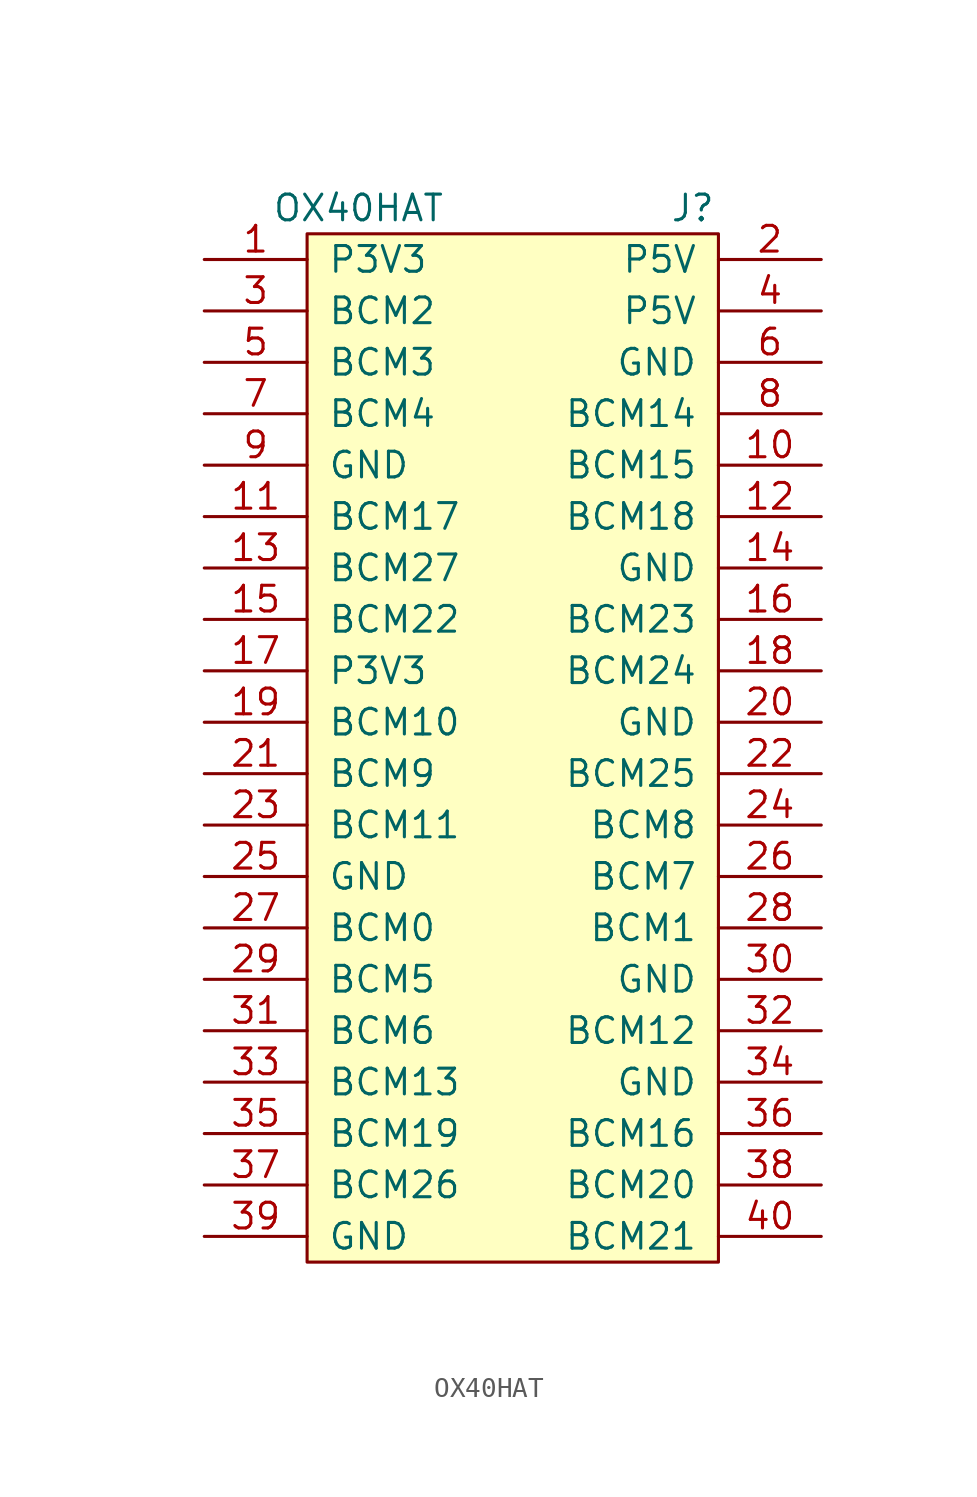
<source format=kicad_sym>
(kicad_symbol_lib
  (version 20231120)
  (generator "kicad_symbol_editor")
  (generator_version "8.0")
  (symbol "OX40HAT"
    (pin_names
      (offset 1.016))
    (property "Reference" "J"
      (at 8.89 2.54 0)
      (effects (font (size 1.27 1.27))))
    (property "Value" "OX40HAT"
      (at -7.62 2.54 0)
      (effects (font (size 1.27 1.27))))
    (property "Datasheet" ""
      (at -17.78 0 0)
      (effects (font (size 1.27 1.27))))
    (symbol "OX40HAT_0_1"
      (rectangle (start -10.16 1.27) (end 10.16 -49.53) (stroke (width 0) (type default)) (fill (type background))))
    (symbol "OX40HAT_1_1"
      (pin passive line (at -15.24 0 0) (length 5.08) (name "P3V3" (effects (font (size 1.27 1.27)))) (number "1" (effects (font (size 1.27 1.27)))))
      (pin passive line (at 15.24 -10.16 180) (length 5.08) (name "BCM15" (effects (font (size 1.27 1.27)))) (number "10" (effects (font (size 1.27 1.27)))))
      (pin passive line (at -15.24 -12.7 0) (length 5.08) (name "BCM17" (effects (font (size 1.27 1.27)))) (number "11" (effects (font (size 1.27 1.27)))))
      (pin passive line (at 15.24 -12.7 180) (length 5.08) (name "BCM18" (effects (font (size 1.27 1.27)))) (number "12" (effects (font (size 1.27 1.27)))))
      (pin passive line (at -15.24 -15.24 0) (length 5.08) (name "BCM27" (effects (font (size 1.27 1.27)))) (number "13" (effects (font (size 1.27 1.27)))))
      (pin passive line (at 15.24 -15.24 180) (length 5.08) (name "GND" (effects (font (size 1.27 1.27)))) (number "14" (effects (font (size 1.27 1.27)))))
      (pin passive line (at -15.24 -17.78 0) (length 5.08) (name "BCM22" (effects (font (size 1.27 1.27)))) (number "15" (effects (font (size 1.27 1.27)))))
      (pin passive line (at 15.24 -17.78 180) (length 5.08) (name "BCM23" (effects (font (size 1.27 1.27)))) (number "16" (effects (font (size 1.27 1.27)))))
      (pin passive line (at -15.24 -20.32 0) (length 5.08) (name "P3V3" (effects (font (size 1.27 1.27)))) (number "17" (effects (font (size 1.27 1.27)))))
      (pin passive line (at 15.24 -20.32 180) (length 5.08) (name "BCM24" (effects (font (size 1.27 1.27)))) (number "18" (effects (font (size 1.27 1.27)))))
      (pin passive line (at -15.24 -22.86 0) (length 5.08) (name "BCM10" (effects (font (size 1.27 1.27)))) (number "19" (effects (font (size 1.27 1.27)))))
      (pin passive line (at 15.24 0 180) (length 5.08) (name "P5V" (effects (font (size 1.27 1.27)))) (number "2" (effects (font (size 1.27 1.27)))))
      (pin passive line (at 15.24 -22.86 180) (length 5.08) (name "GND" (effects (font (size 1.27 1.27)))) (number "20" (effects (font (size 1.27 1.27)))))
      (pin passive line (at -15.24 -25.4 0) (length 5.08) (name "BCM9" (effects (font (size 1.27 1.27)))) (number "21" (effects (font (size 1.27 1.27)))))
      (pin passive line (at 15.24 -25.4 180) (length 5.08) (name "BCM25" (effects (font (size 1.27 1.27)))) (number "22" (effects (font (size 1.27 1.27)))))
      (pin passive line (at -15.24 -27.94 0) (length 5.08) (name "BCM11" (effects (font (size 1.27 1.27)))) (number "23" (effects (font (size 1.27 1.27)))))
      (pin passive line (at 15.24 -27.94 180) (length 5.08) (name "BCM8" (effects (font (size 1.27 1.27)))) (number "24" (effects (font (size 1.27 1.27)))))
      (pin passive line (at -15.24 -30.48 0) (length 5.08) (name "GND" (effects (font (size 1.27 1.27)))) (number "25" (effects (font (size 1.27 1.27)))))
      (pin passive line (at 15.24 -30.48 180) (length 5.08) (name "BCM7" (effects (font (size 1.27 1.27)))) (number "26" (effects (font (size 1.27 1.27)))))
      (pin passive line (at -15.24 -33.02 0) (length 5.08) (name "BCM0" (effects (font (size 1.27 1.27)))) (number "27" (effects (font (size 1.27 1.27)))))
      (pin passive line (at 15.24 -33.02 180) (length 5.08) (name "BCM1" (effects (font (size 1.27 1.27)))) (number "28" (effects (font (size 1.27 1.27)))))
      (pin passive line (at -15.24 -35.56 0) (length 5.08) (name "BCM5" (effects (font (size 1.27 1.27)))) (number "29" (effects (font (size 1.27 1.27)))))
      (pin passive line (at -15.24 -2.54 0) (length 5.08) (name "BCM2" (effects (font (size 1.27 1.27)))) (number "3" (effects (font (size 1.27 1.27)))))
      (pin passive line (at 15.24 -35.56 180) (length 5.08) (name "GND" (effects (font (size 1.27 1.27)))) (number "30" (effects (font (size 1.27 1.27)))))
      (pin passive line (at -15.24 -38.1 0) (length 5.08) (name "BCM6" (effects (font (size 1.27 1.27)))) (number "31" (effects (font (size 1.27 1.27)))))
      (pin passive line (at 15.24 -38.1 180) (length 5.08) (name "BCM12" (effects (font (size 1.27 1.27)))) (number "32" (effects (font (size 1.27 1.27)))))
      (pin passive line (at -15.24 -40.64 0) (length 5.08) (name "BCM13" (effects (font (size 1.27 1.27)))) (number "33" (effects (font (size 1.27 1.27)))))
      (pin passive line (at 15.24 -40.64 180) (length 5.08) (name "GND" (effects (font (size 1.27 1.27)))) (number "34" (effects (font (size 1.27 1.27)))))
      (pin passive line (at -15.24 -43.18 0) (length 5.08) (name "BCM19" (effects (font (size 1.27 1.27)))) (number "35" (effects (font (size 1.27 1.27)))))
      (pin passive line (at 15.24 -43.18 180) (length 5.08) (name "BCM16" (effects (font (size 1.27 1.27)))) (number "36" (effects (font (size 1.27 1.27)))))
      (pin passive line (at -15.24 -45.72 0) (length 5.08) (name "BCM26" (effects (font (size 1.27 1.27)))) (number "37" (effects (font (size 1.27 1.27)))))
      (pin passive line (at 15.24 -45.72 180) (length 5.08) (name "BCM20" (effects (font (size 1.27 1.27)))) (number "38" (effects (font (size 1.27 1.27)))))
      (pin passive line (at -15.24 -48.26 0) (length 5.08) (name "GND" (effects (font (size 1.27 1.27)))) (number "39" (effects (font (size 1.27 1.27)))))
      (pin passive line (at 15.24 -2.54 180) (length 5.08) (name "P5V" (effects (font (size 1.27 1.27)))) (number "4" (effects (font (size 1.27 1.27)))))
      (pin passive line (at 15.24 -48.26 180) (length 5.08) (name "BCM21" (effects (font (size 1.27 1.27)))) (number "40" (effects (font (size 1.27 1.27)))))
      (pin passive line (at -15.24 -5.08 0) (length 5.08) (name "BCM3" (effects (font (size 1.27 1.27)))) (number "5" (effects (font (size 1.27 1.27)))))
      (pin passive line (at 15.24 -5.08 180) (length 5.08) (name "GND" (effects (font (size 1.27 1.27)))) (number "6" (effects (font (size 1.27 1.27)))))
      (pin passive line (at -15.24 -7.62 0) (length 5.08) (name "BCM4" (effects (font (size 1.27 1.27)))) (number "7" (effects (font (size 1.27 1.27)))))
      (pin passive line (at 15.24 -7.62 180) (length 5.08) (name "BCM14" (effects (font (size 1.27 1.27)))) (number "8" (effects (font (size 1.27 1.27)))))
      (pin passive line (at -15.24 -10.16 0) (length 5.08) (name "GND" (effects (font (size 1.27 1.27)))) (number "9" (effects (font (size 1.27 1.27))))))))
</source>
